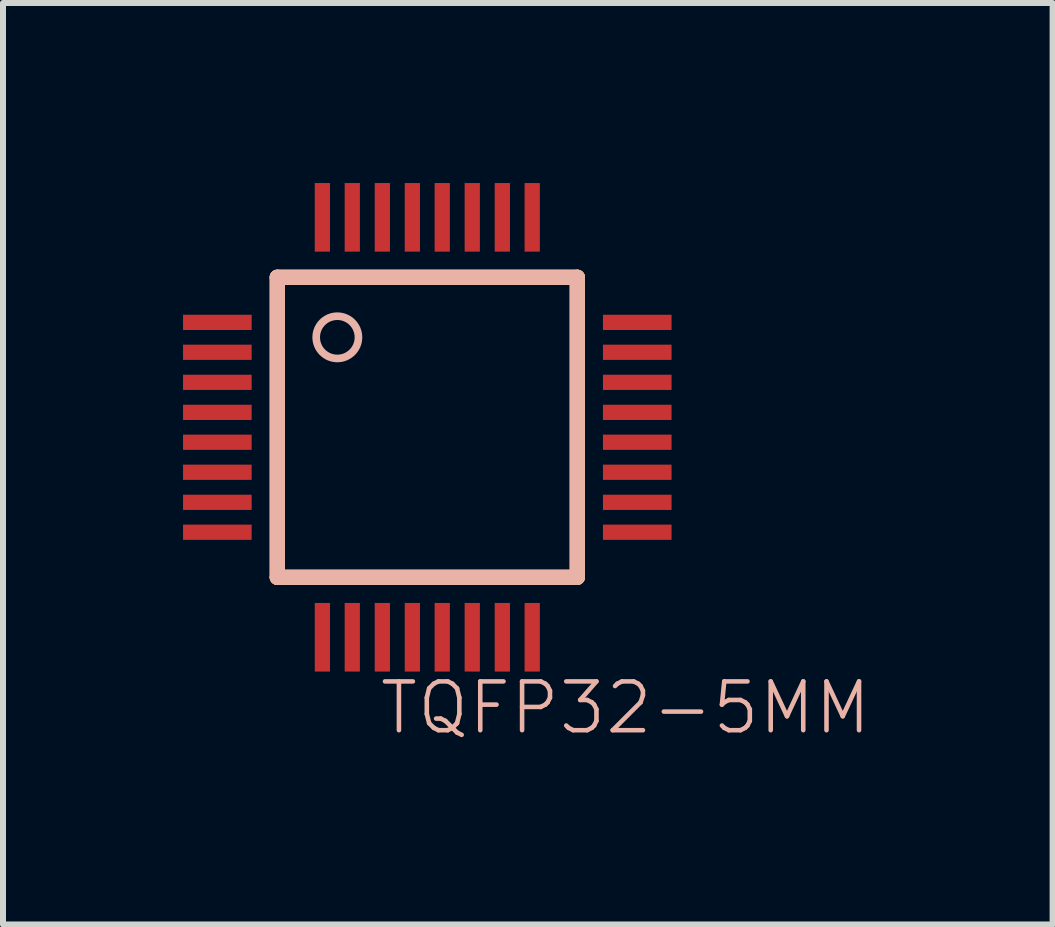
<source format=kicad_pcb>
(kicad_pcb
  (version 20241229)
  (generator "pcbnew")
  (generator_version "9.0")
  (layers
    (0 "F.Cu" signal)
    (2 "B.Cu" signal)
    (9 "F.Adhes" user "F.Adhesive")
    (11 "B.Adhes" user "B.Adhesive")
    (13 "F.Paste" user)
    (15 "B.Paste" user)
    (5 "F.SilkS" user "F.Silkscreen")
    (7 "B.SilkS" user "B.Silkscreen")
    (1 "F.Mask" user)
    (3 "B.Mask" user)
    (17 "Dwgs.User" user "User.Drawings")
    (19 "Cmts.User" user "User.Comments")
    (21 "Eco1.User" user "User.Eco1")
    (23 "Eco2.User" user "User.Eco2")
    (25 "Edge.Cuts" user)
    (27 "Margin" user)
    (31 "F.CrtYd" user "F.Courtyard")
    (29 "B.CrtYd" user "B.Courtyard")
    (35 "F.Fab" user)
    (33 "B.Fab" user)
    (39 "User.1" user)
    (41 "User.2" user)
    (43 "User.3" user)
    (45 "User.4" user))
  (footprint "TQFP32-5MM"
    (layer "F.Cu")
    (at 4.069 4.069)
    (property "Reference" "TQFP32-5MM" (at 3.302 4.674 0) (layer "B.SilkS") (effects (font (size 0.813 0.813) (thickness 0.076))))
    (attr smd)
    (fp_line (start -2.499 -2.499) (end -2.499 2.499) (stroke (width 0.254) (type solid)) (layer "F.SilkS"))
    (fp_line (start -2.499 2.499) (end 2.499 2.499) (stroke (width 0.254) (type solid)) (layer "F.SilkS"))
    (fp_line (start 2.499 -2.499) (end -2.499 -2.499) (stroke (width 0.254) (type solid)) (layer "F.SilkS"))
    (fp_line (start 2.499 2.499) (end 2.499 -2.499) (stroke (width 0.254) (type solid)) (layer "F.SilkS"))
    (fp_line (start -2.499 -2.499) (end -2.499 2.499) (stroke (width 0.254) (type solid)) (layer "B.SilkS"))
    (fp_line (start -2.499 2.499) (end 2.499 2.499) (stroke (width 0.254) (type solid)) (layer "B.SilkS"))
    (fp_line (start 2.499 -2.499) (end -2.499 -2.499) (stroke (width 0.254) (type solid)) (layer "B.SilkS"))
    (fp_line (start 2.499 2.499) (end 2.499 -2.499) (stroke (width 0.254) (type solid)) (layer "B.SilkS"))
    (fp_circle (center -1.499 -1.499) (end -1.748 -1.748) (stroke (width 0.127) (type solid)) (fill no) (layer "B.SilkS"))
    (pad "1" smd rect (at -3.498 -1.748) (size 1.143 0.254) (layers "F.Cu" "F.Mask" "F.Paste"))
    (pad "2" smd rect (at -3.498 -1.25) (size 1.143 0.254) (layers "F.Cu" "F.Mask" "F.Paste"))
    (pad "3" smd rect (at -3.498 -0.749) (size 1.143 0.254) (layers "F.Cu" "F.Mask" "F.Paste"))
    (pad "4" smd rect (at -3.498 -0.249) (size 1.143 0.254) (layers "F.Cu" "F.Mask" "F.Paste"))
    (pad "5" smd rect (at -3.498 0.249) (size 1.143 0.254) (layers "F.Cu" "F.Mask" "F.Paste"))
    (pad "6" smd rect (at -3.498 0.749) (size 1.143 0.254) (layers "F.Cu" "F.Mask" "F.Paste"))
    (pad "7" smd rect (at -3.498 1.25) (size 1.143 0.254) (layers "F.Cu" "F.Mask" "F.Paste"))
    (pad "8" smd rect (at -3.498 1.748) (size 1.143 0.254) (layers "F.Cu" "F.Mask" "F.Paste"))
    (pad "9" smd rect (at -1.748 3.498 90) (size 1.143 0.254) (layers "F.Cu" "F.Mask" "F.Paste"))
    (pad "10" smd rect (at -1.25 3.498 90) (size 1.143 0.254) (layers "F.Cu" "F.Mask" "F.Paste"))
    (pad "11" smd rect (at -0.749 3.498 90) (size 1.143 0.254) (layers "F.Cu" "F.Mask" "F.Paste"))
    (pad "12" smd rect (at -0.249 3.498 90) (size 1.143 0.254) (layers "F.Cu" "F.Mask" "F.Paste"))
    (pad "13" smd rect (at 0.249 3.498 90) (size 1.143 0.254) (layers "F.Cu" "F.Mask" "F.Paste"))
    (pad "14" smd rect (at 0.749 3.498 90) (size 1.143 0.254) (layers "F.Cu" "F.Mask" "F.Paste"))
    (pad "15" smd rect (at 1.25 3.498 90) (size 1.143 0.254) (layers "F.Cu" "F.Mask" "F.Paste"))
    (pad "16" smd rect (at 1.748 3.498 90) (size 1.143 0.254) (layers "F.Cu" "F.Mask" "F.Paste"))
    (pad "17" smd rect (at 3.498 1.748 180) (size 1.143 0.254) (layers "F.Cu" "F.Mask" "F.Paste"))
    (pad "18" smd rect (at 3.498 1.25 180) (size 1.143 0.254) (layers "F.Cu" "F.Mask" "F.Paste"))
    (pad "19" smd rect (at 3.498 0.749 180) (size 1.143 0.254) (layers "F.Cu" "F.Mask" "F.Paste"))
    (pad "20" smd rect (at 3.498 0.249 180) (size 1.143 0.254) (layers "F.Cu" "F.Mask" "F.Paste"))
    (pad "21" smd rect (at 3.498 -0.249 180) (size 1.143 0.254) (layers "F.Cu" "F.Mask" "F.Paste"))
    (pad "22" smd rect (at 3.498 -0.749 180) (size 1.143 0.254) (layers "F.Cu" "F.Mask" "F.Paste"))
    (pad "23" smd rect (at 3.498 -1.25 180) (size 1.143 0.254) (layers "F.Cu" "F.Mask" "F.Paste"))
    (pad "24" smd rect (at 3.498 -1.748 180) (size 1.143 0.254) (layers "F.Cu" "F.Mask" "F.Paste"))
    (pad "25" smd rect (at 1.748 -3.498 270) (size 1.143 0.254) (layers "F.Cu" "F.Mask" "F.Paste"))
    (pad "26" smd rect (at 1.25 -3.498 270) (size 1.143 0.254) (layers "F.Cu" "F.Mask" "F.Paste"))
    (pad "27" smd rect (at 0.749 -3.498 270) (size 1.143 0.254) (layers "F.Cu" "F.Mask" "F.Paste"))
    (pad "28" smd rect (at 0.249 -3.498 270) (size 1.143 0.254) (layers "F.Cu" "F.Mask" "F.Paste"))
    (pad "29" smd rect (at -0.249 -3.498 270) (size 1.143 0.254) (layers "F.Cu" "F.Mask" "F.Paste"))
    (pad "30" smd rect (at -0.749 -3.498 270) (size 1.143 0.254) (layers "F.Cu" "F.Mask" "F.Paste"))
    (pad "31" smd rect (at -1.25 -3.498 270) (size 1.143 0.254) (layers "F.Cu" "F.Mask" "F.Paste"))
    (pad "32" smd rect (at -1.748 -3.498 270) (size 1.143 0.254) (layers "F.Cu" "F.Mask" "F.Paste")))
  (gr_rect
    (start -3 -3)
    (end 14.487 12.352)
    (stroke (width 0.1) (type default))
    (fill no)
    (layer "Edge.Cuts")))
</source>
